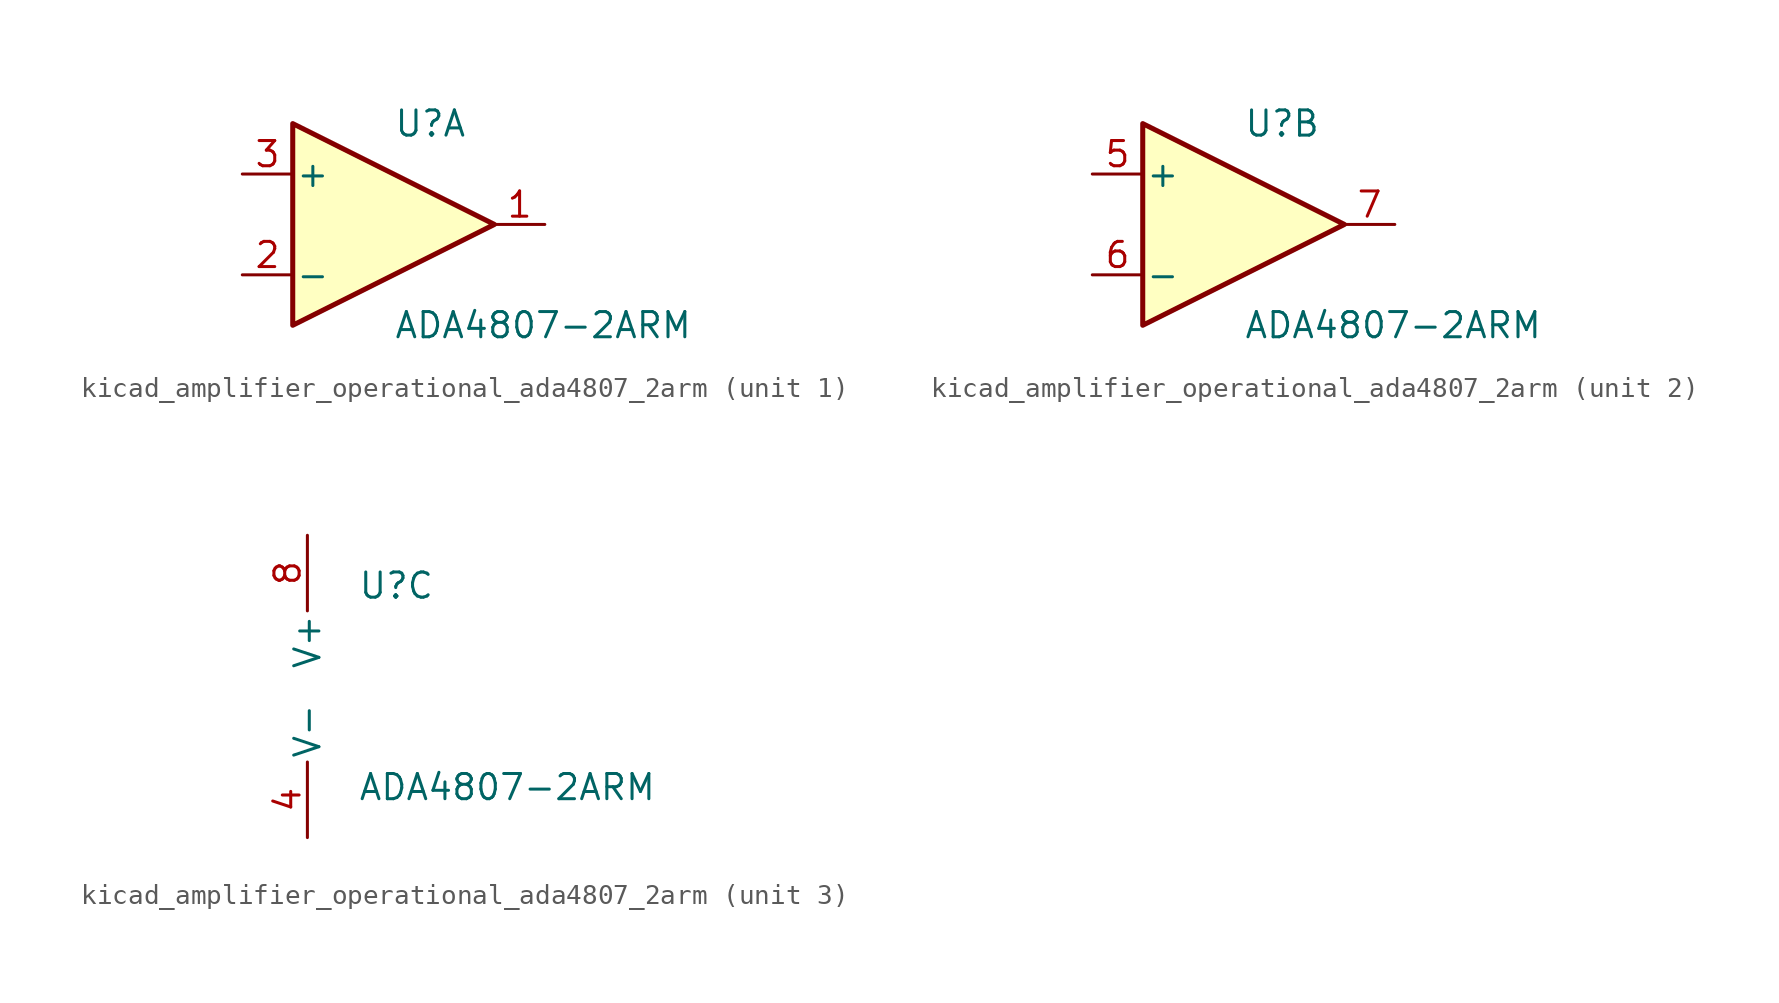
<source format=kicad_sym>
(kicad_symbol_lib
  (version 20220914)
  (generator kicad_symbol_editor)
  (symbol "kicad_amplifier_operational_ada4807_2arm"
    (pin_names
      (offset 0.127))
    (property "Reference" "U"
      (at 0 5.08 0)
      (effects (font (size 1.27 1.27)) (justify left)))
    (property "Value" "ADA4807-2ARM"
      (at 0 -5.08 0)
      (effects (font (size 1.27 1.27)) (justify left)))
    (property "ki_locked" ""
      (at 0 0 0)
      (effects (font (size 1.27 1.27))))
    (symbol "kicad_amplifier_operational_ada4807_2arm_1_1"
      (polyline (pts (xy -5.08 5.08) (xy 5.08 0) (xy -5.08 -5.08) (xy -5.08 5.08)) (stroke (width 0.254) (type default)) (fill (type background)))
      (pin output line (at 7.62 0 180) (length 2.54) (name "~" (effects (font (size 1.27 1.27)))) (number "1" (effects (font (size 1.27 1.27)))))
      (pin input line (at -7.62 -2.54 0) (length 2.54) (name "-" (effects (font (size 1.27 1.27)))) (number "2" (effects (font (size 1.27 1.27)))))
      (pin input line (at -7.62 2.54 0) (length 2.54) (name "+" (effects (font (size 1.27 1.27)))) (number "3" (effects (font (size 1.27 1.27))))))
    (symbol "kicad_amplifier_operational_ada4807_2arm_2_1"
      (polyline (pts (xy -5.08 5.08) (xy 5.08 0) (xy -5.08 -5.08) (xy -5.08 5.08)) (stroke (width 0.254) (type default)) (fill (type background)))
      (pin input line (at -7.62 2.54 0) (length 2.54) (name "+" (effects (font (size 1.27 1.27)))) (number "5" (effects (font (size 1.27 1.27)))))
      (pin input line (at -7.62 -2.54 0) (length 2.54) (name "-" (effects (font (size 1.27 1.27)))) (number "6" (effects (font (size 1.27 1.27)))))
      (pin output line (at 7.62 0 180) (length 2.54) (name "~" (effects (font (size 1.27 1.27)))) (number "7" (effects (font (size 1.27 1.27))))))
    (symbol "kicad_amplifier_operational_ada4807_2arm_3_1"
      (pin power_in line (at -2.54 -7.62 90) (length 3.81) (name "V-" (effects (font (size 1.27 1.27)))) (number "4" (effects (font (size 1.27 1.27)))))
      (pin power_in line (at -2.54 7.62 270) (length 3.81) (name "V+" (effects (font (size 1.27 1.27)))) (number "8" (effects (font (size 1.27 1.27))))))))
</source>
